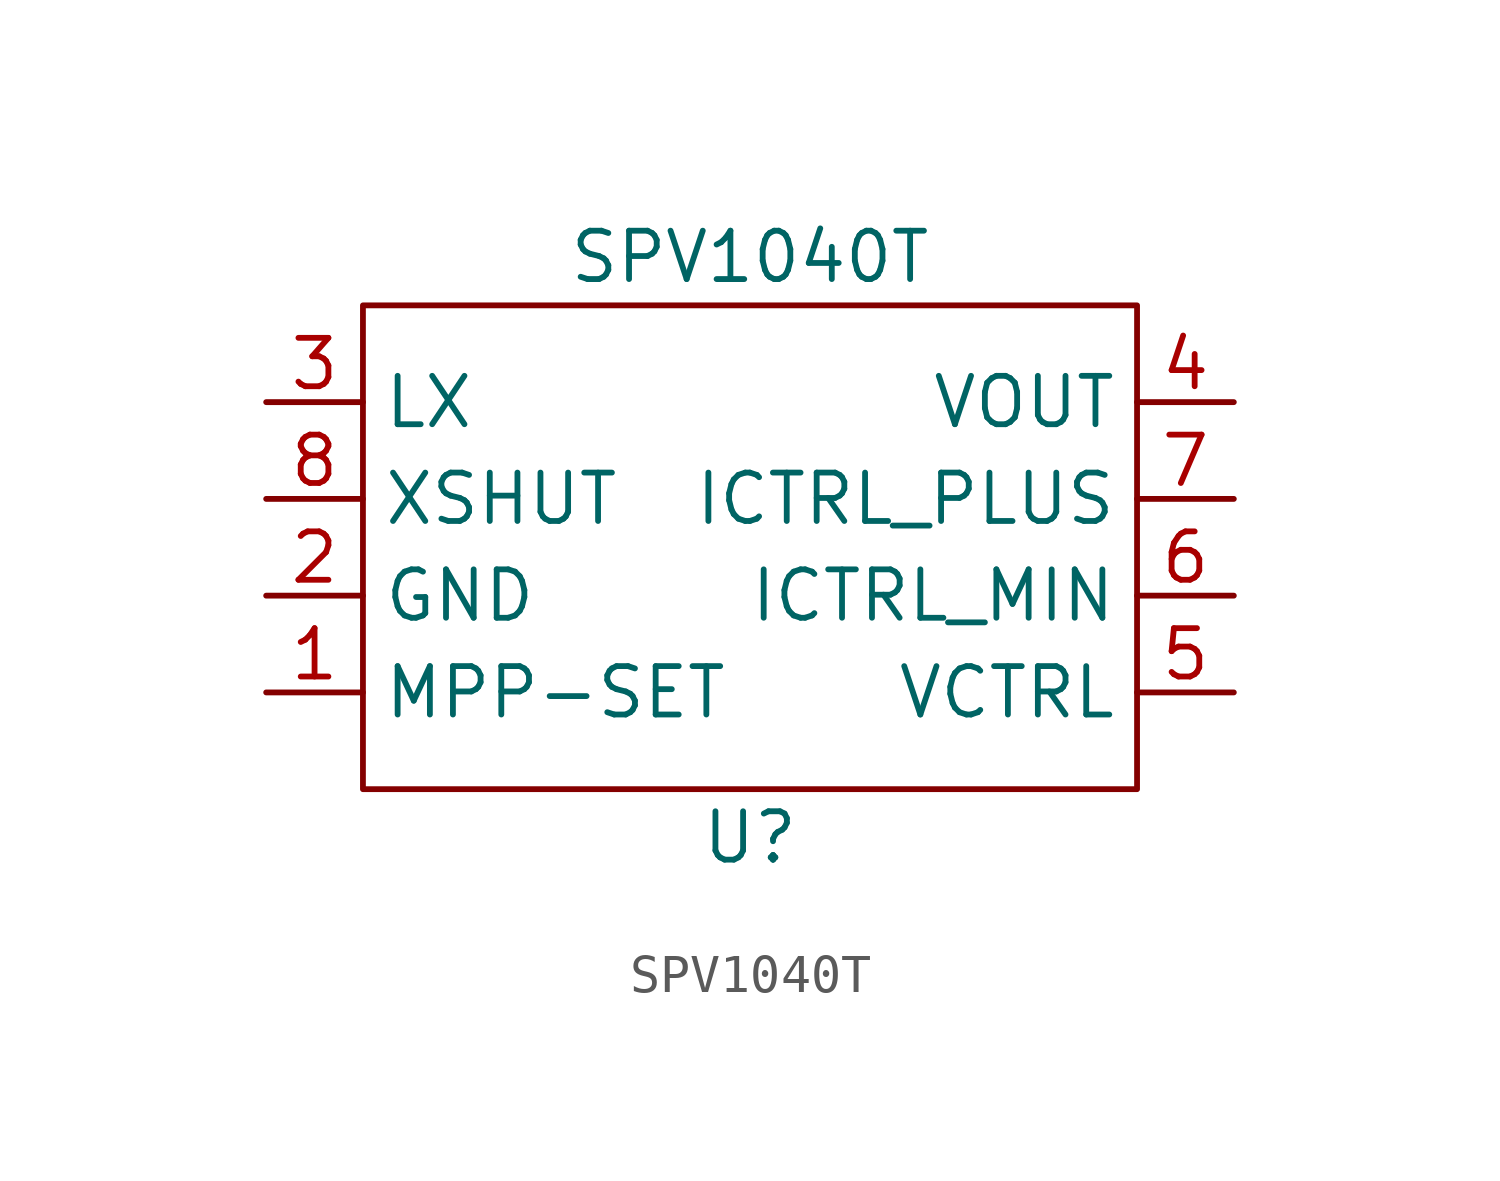
<source format=kicad_sym>
(kicad_symbol_lib
  (version 20211014)
  (generator kicad_symbol_editor)
  (symbol "SPV1040T"
    (property "Reference" "U"
      (at 0 -6.35 0)
      (effects (font (size 1.27 1.27))))
    (property "Value" "SPV1040T"
      (at 0 8.89 0)
      (effects (font (size 1.27 1.27))))
    (symbol "SPV1040T_0_1"
      (rectangle (start -10.16 7.62) (end 10.16 -5.08) (stroke (width 0.152) (type default) (color 0 0 0 0)) (fill (type none))))
    (symbol "SPV1040T_1_1"
      (pin input line (at -12.7 -2.54 0) (length 2.54) (name "MPP-SET" (effects (font (size 1.27 1.27)))) (number "1" (effects (font (size 1.27 1.27)))))
      (pin power_in line (at -12.7 0 0) (length 2.54) (name "GND" (effects (font (size 1.27 1.27)))) (number "2" (effects (font (size 1.27 1.27)))))
      (pin input line (at -12.7 5.08 0) (length 2.54) (name "LX" (effects (font (size 1.27 1.27)))) (number "3" (effects (font (size 1.27 1.27)))))
      (pin input line (at 12.7 5.08 180) (length 2.54) (name "VOUT" (effects (font (size 1.27 1.27)))) (number "4" (effects (font (size 1.27 1.27)))))
      (pin input line (at 12.7 -2.54 180) (length 2.54) (name "VCTRL" (effects (font (size 1.27 1.27)))) (number "5" (effects (font (size 1.27 1.27)))))
      (pin input line (at 12.7 0 180) (length 2.54) (name "ICTRL_MIN" (effects (font (size 1.27 1.27)))) (number "6" (effects (font (size 1.27 1.27)))))
      (pin input line (at 12.7 2.54 180) (length 2.54) (name "ICTRL_PLUS" (effects (font (size 1.27 1.27)))) (number "7" (effects (font (size 1.27 1.27)))))
      (pin input line (at -12.7 2.54 0) (length 2.54) (name "XSHUT" (effects (font (size 1.27 1.27)))) (number "8" (effects (font (size 1.27 1.27))))))))
</source>
